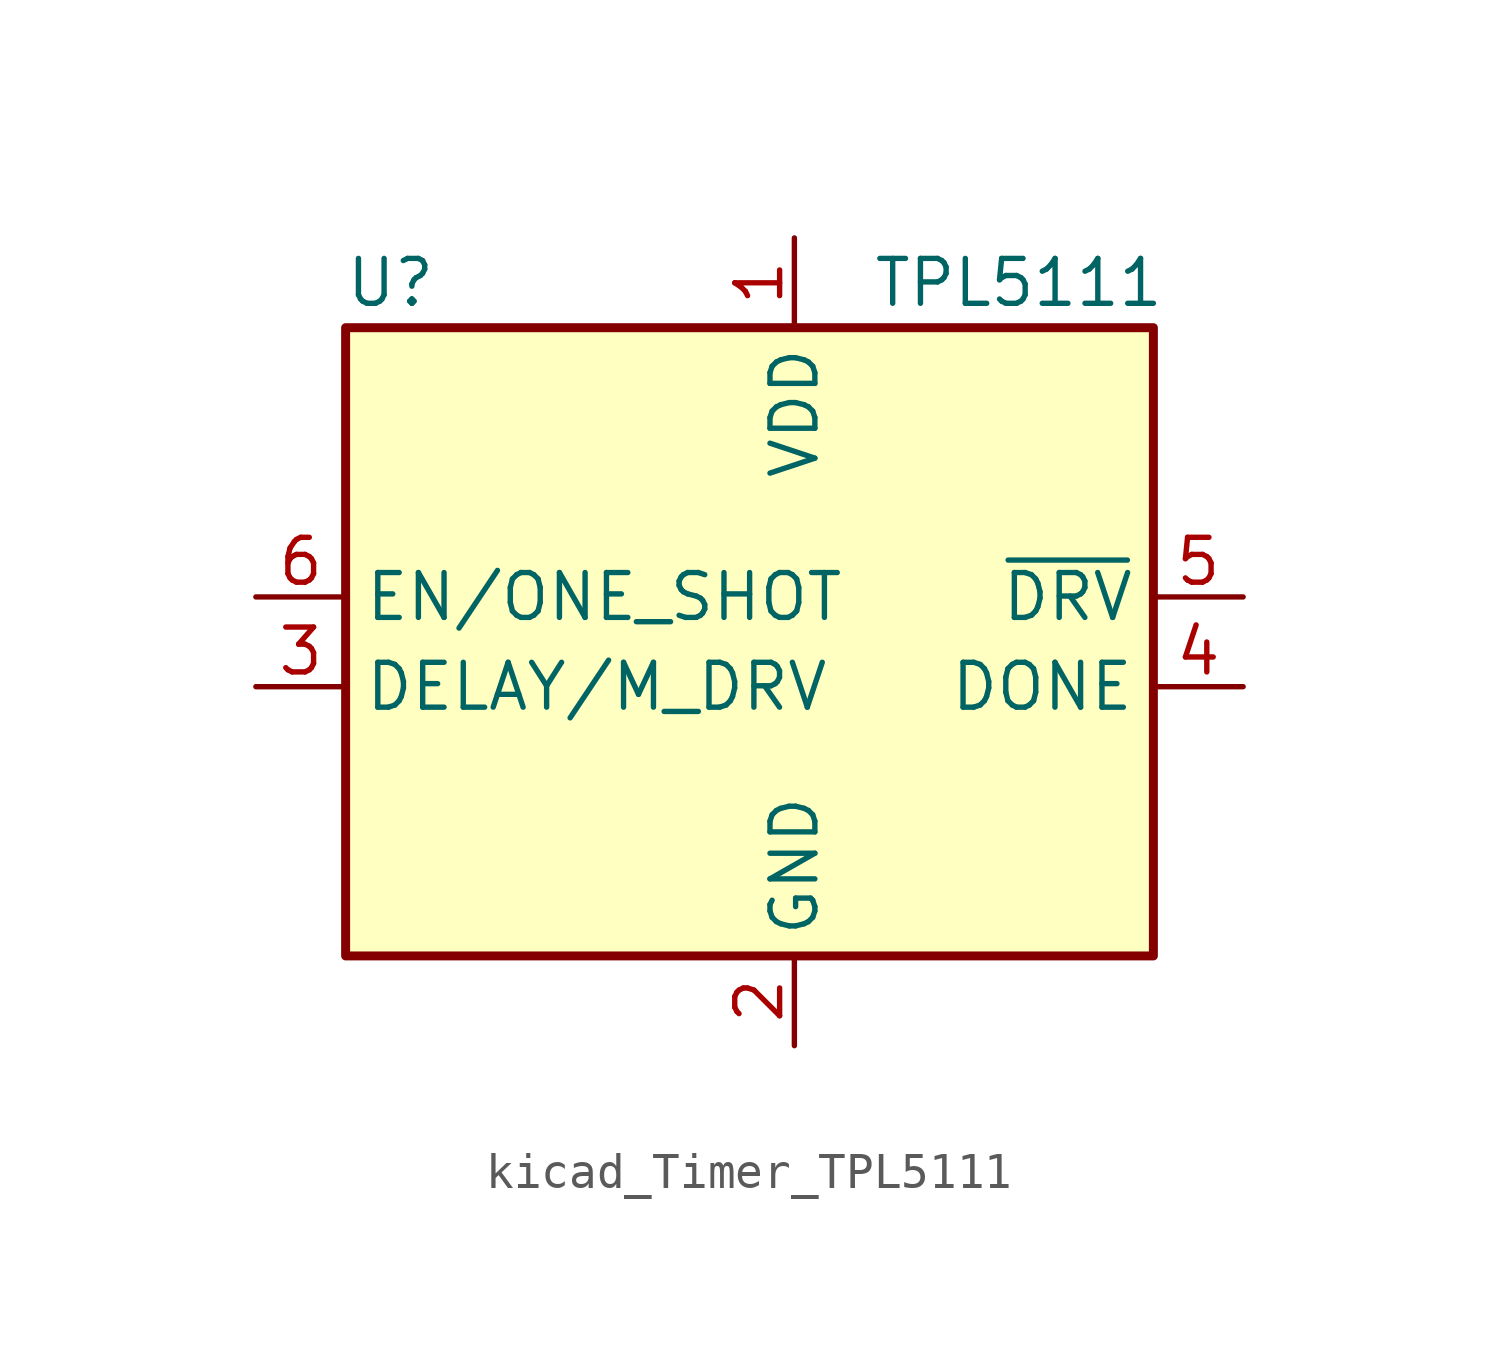
<source format=kicad_sym>
(kicad_symbol_lib
  (version 20220914)
  (generator kicad_symbol_editor)
  (symbol "kicad_Timer_TPL5111"
    (property "Reference" "U"
      (at -11.43 11.43 0)
      (effects (font (size 1.27 1.27))))
    (property "Value" "TPL5111"
      (at 6.35 11.43 0)
      (effects (font (size 1.27 1.27))))
    (symbol "kicad_Timer_TPL5111_0_1"
      (rectangle (start -12.7 10.16) (end 10.16 -7.62) (stroke (width 0.254) (type default)) (fill (type background))))
    (symbol "kicad_Timer_TPL5111_1_1"
      (pin power_in line (at 0 12.7 270) (length 2.54) (name "VDD" (effects (font (size 1.27 1.27)))) (number "1" (effects (font (size 1.27 1.27)))))
      (pin power_in line (at 0 -10.16 90) (length 2.54) (name "GND" (effects (font (size 1.27 1.27)))) (number "2" (effects (font (size 1.27 1.27)))))
      (pin input line (at -15.24 0 0) (length 2.54) (name "DELAY/M_DRV" (effects (font (size 1.27 1.27)))) (number "3" (effects (font (size 1.27 1.27)))))
      (pin input line (at 12.7 0 180) (length 2.54) (name "DONE" (effects (font (size 1.27 1.27)))) (number "4" (effects (font (size 1.27 1.27)))))
      (pin output line (at 12.7 2.54 180) (length 2.54) (name "~{DRV}" (effects (font (size 1.27 1.27)))) (number "5" (effects (font (size 1.27 1.27)))))
      (pin input line (at -15.24 2.54 0) (length 2.54) (name "EN/ONE_SHOT" (effects (font (size 1.27 1.27)))) (number "6" (effects (font (size 1.27 1.27))))))))
</source>
